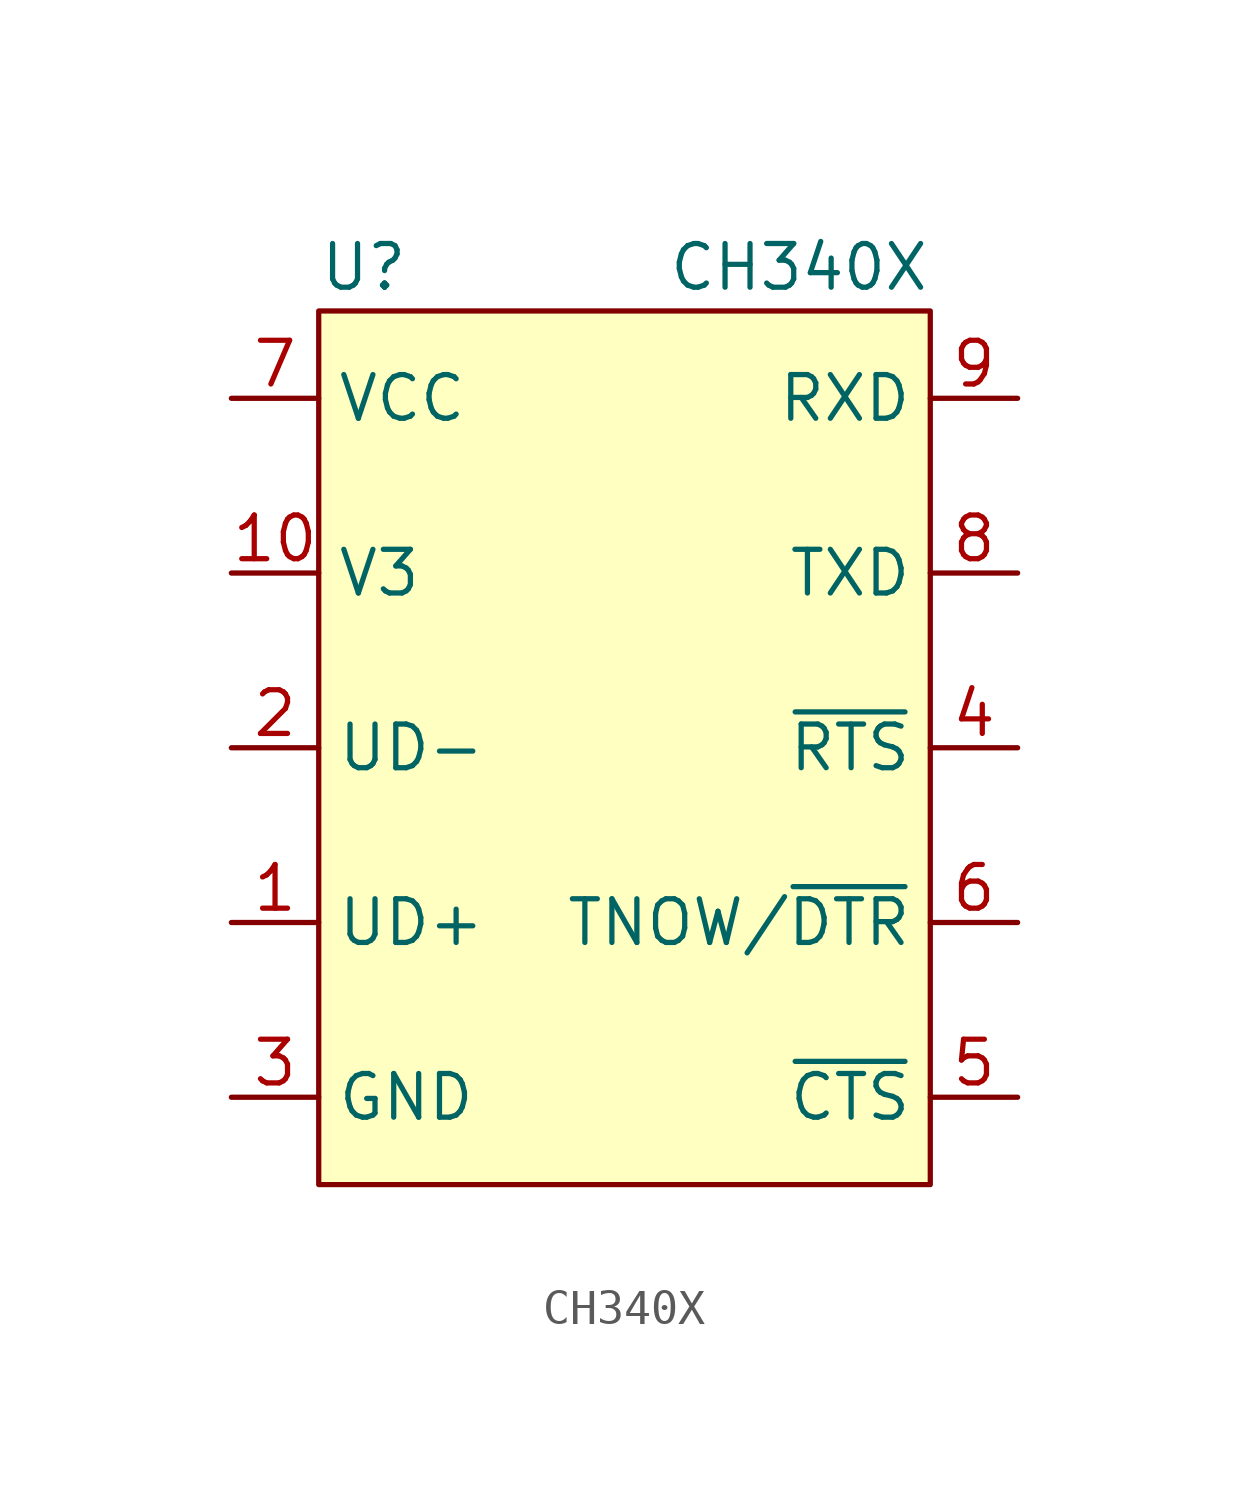
<source format=kicad_sym>
(kicad_symbol_lib
  (version 20220914)
  (generator kicad_symbol_editor)
  (symbol "CH340X"
    (property "Reference" "U"
      (at -8.89 13.97 0)
      (effects (font (size 1.27 1.27)) (justify left)))
    (property "Value" "CH340X"
      (at 8.89 13.97 0)
      (effects (font (size 1.27 1.27)) (justify right)))
    (symbol "CH340X_1_1"
      (rectangle (start -8.89 12.7) (end 8.89 -12.7) (stroke (width 0) (type default)) (fill (type background)))
      (pin bidirectional line (at -11.43 -5.08 0) (length 2.54) (name "UD+" (effects (font (size 1.27 1.27)))) (number "1" (effects (font (size 1.27 1.27)))))
      (pin power_in line (at -11.43 5.08 0) (length 2.54) (name "V3" (effects (font (size 1.27 1.27)))) (number "10" (effects (font (size 1.27 1.27)))))
      (pin bidirectional line (at -11.43 0 0) (length 2.54) (name "UD-" (effects (font (size 1.27 1.27)))) (number "2" (effects (font (size 1.27 1.27)))))
      (pin power_in line (at -11.43 -10.16 0) (length 2.54) (name "GND" (effects (font (size 1.27 1.27)))) (number "3" (effects (font (size 1.27 1.27)))))
      (pin output line (at 11.43 0 180) (length 2.54) (name "~{RTS}" (effects (font (size 1.27 1.27)))) (number "4" (effects (font (size 1.27 1.27)))))
      (pin input line (at 11.43 -10.16 180) (length 2.54) (name "~{CTS}" (effects (font (size 1.27 1.27)))) (number "5" (effects (font (size 1.27 1.27)))))
      (pin output line (at 11.43 -5.08 180) (length 2.54) (name "TNOW/~{DTR}" (effects (font (size 1.27 1.27)))) (number "6" (effects (font (size 1.27 1.27)))))
      (pin power_in line (at -11.43 10.16 0) (length 2.54) (name "VCC" (effects (font (size 1.27 1.27)))) (number "7" (effects (font (size 1.27 1.27)))))
      (pin output line (at 11.43 5.08 180) (length 2.54) (name "TXD" (effects (font (size 1.27 1.27)))) (number "8" (effects (font (size 1.27 1.27)))))
      (pin input line (at 11.43 10.16 180) (length 2.54) (name "RXD" (effects (font (size 1.27 1.27)))) (number "9" (effects (font (size 1.27 1.27))))))))
</source>
